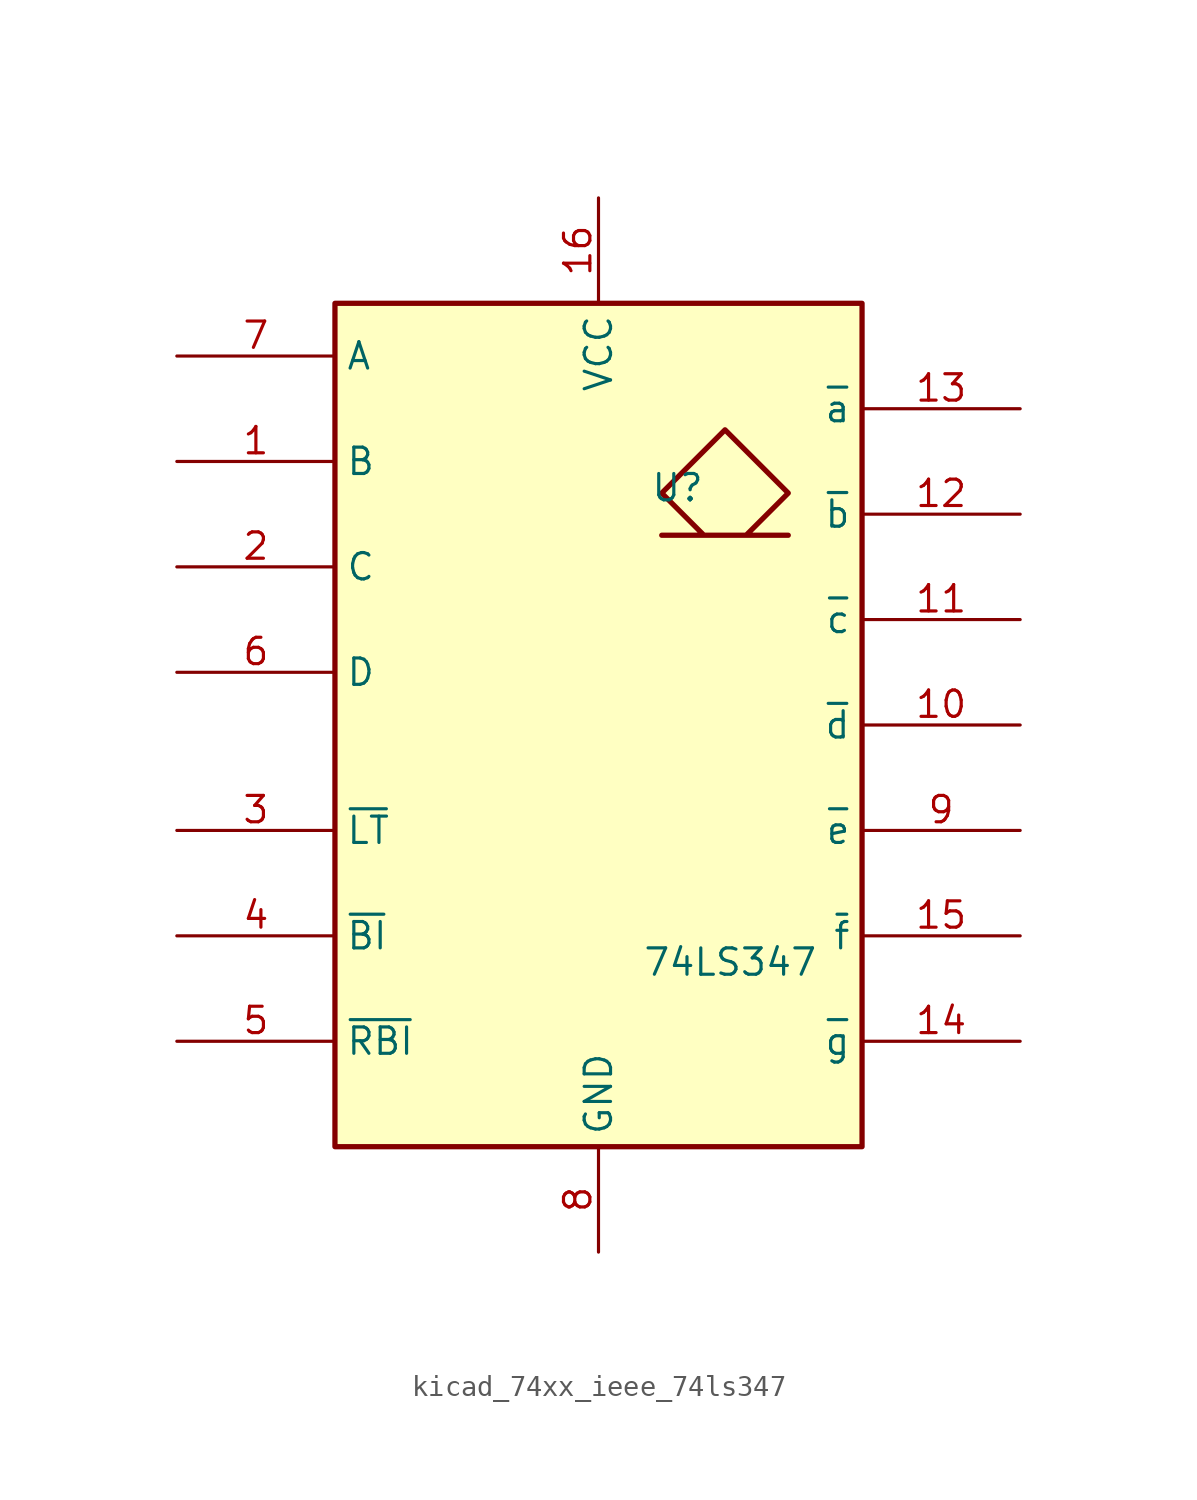
<source format=kicad_sym>
(kicad_symbol_lib
  (version 20220914)
  (generator kicad_symbol_editor)
  (symbol "kicad_74xx_ieee_74ls347"
    (property "Reference" "U"
      (at 3.81 11.43 0)
      (effects (font (size 1.27 1.27))))
    (property "Value" "74LS347"
      (at 6.35 -11.43 0)
      (effects (font (size 1.27 1.27))))
    (symbol "kicad_74xx_ieee_74ls347_0_0"
      (rectangle (start -12.7 20.32) (end 12.7 -20.32) (stroke (width 0.254) (type default)) (fill (type background)))
      (polyline (pts (xy 7.112 9.144) (xy 9.144 11.176) (xy 6.096 14.224) (xy 3.048 11.176) (xy 5.08 9.144) (xy 3.048 9.144) (xy 9.144 9.144) (xy 9.144 9.144)) (stroke (width 0.254) (type default)) (fill (type background)))
      (pin power_in line (at 0 25.4 270) (length 5.08) (name "VCC" (effects (font (size 1.27 1.27)))) (number "16" (effects (font (size 1.27 1.27)))))
      (pin power_in line (at 0 -25.4 90) (length 5.08) (name "GND" (effects (font (size 1.27 1.27)))) (number "8" (effects (font (size 1.27 1.27))))))
    (symbol "kicad_74xx_ieee_74ls347_1_1"
      (pin input line (at -20.32 12.7 0) (length 7.62) (name "B" (effects (font (size 1.27 1.27)))) (number "1" (effects (font (size 1.27 1.27)))))
      (pin open_collector line (at 20.32 0 180) (length 7.62) (name "~{d}" (effects (font (size 1.27 1.27)))) (number "10" (effects (font (size 1.27 1.27)))))
      (pin open_collector line (at 20.32 5.08 180) (length 7.62) (name "~{c}" (effects (font (size 1.27 1.27)))) (number "11" (effects (font (size 1.27 1.27)))))
      (pin open_collector line (at 20.32 10.16 180) (length 7.62) (name "~{b}" (effects (font (size 1.27 1.27)))) (number "12" (effects (font (size 1.27 1.27)))))
      (pin open_collector line (at 20.32 15.24 180) (length 7.62) (name "~{a}" (effects (font (size 1.27 1.27)))) (number "13" (effects (font (size 1.27 1.27)))))
      (pin open_collector line (at 20.32 -15.24 180) (length 7.62) (name "~{g}" (effects (font (size 1.27 1.27)))) (number "14" (effects (font (size 1.27 1.27)))))
      (pin open_collector line (at 20.32 -10.16 180) (length 7.62) (name "~{f}" (effects (font (size 1.27 1.27)))) (number "15" (effects (font (size 1.27 1.27)))))
      (pin input line (at -20.32 7.62 0) (length 7.62) (name "C" (effects (font (size 1.27 1.27)))) (number "2" (effects (font (size 1.27 1.27)))))
      (pin input line (at -20.32 -5.08 0) (length 7.62) (name "~{LT}" (effects (font (size 1.27 1.27)))) (number "3" (effects (font (size 1.27 1.27)))))
      (pin input line (at -20.32 -10.16 0) (length 7.62) (name "~{BI}" (effects (font (size 1.27 1.27)))) (number "4" (effects (font (size 1.27 1.27)))))
      (pin input line (at -20.32 -15.24 0) (length 7.62) (name "~{RBI}" (effects (font (size 1.27 1.27)))) (number "5" (effects (font (size 1.27 1.27)))))
      (pin input line (at -20.32 2.54 0) (length 7.62) (name "D" (effects (font (size 1.27 1.27)))) (number "6" (effects (font (size 1.27 1.27)))))
      (pin input line (at -20.32 17.78 0) (length 7.62) (name "A" (effects (font (size 1.27 1.27)))) (number "7" (effects (font (size 1.27 1.27)))))
      (pin open_collector line (at 20.32 -5.08 180) (length 7.62) (name "~{e}" (effects (font (size 1.27 1.27)))) (number "9" (effects (font (size 1.27 1.27))))))))
</source>
